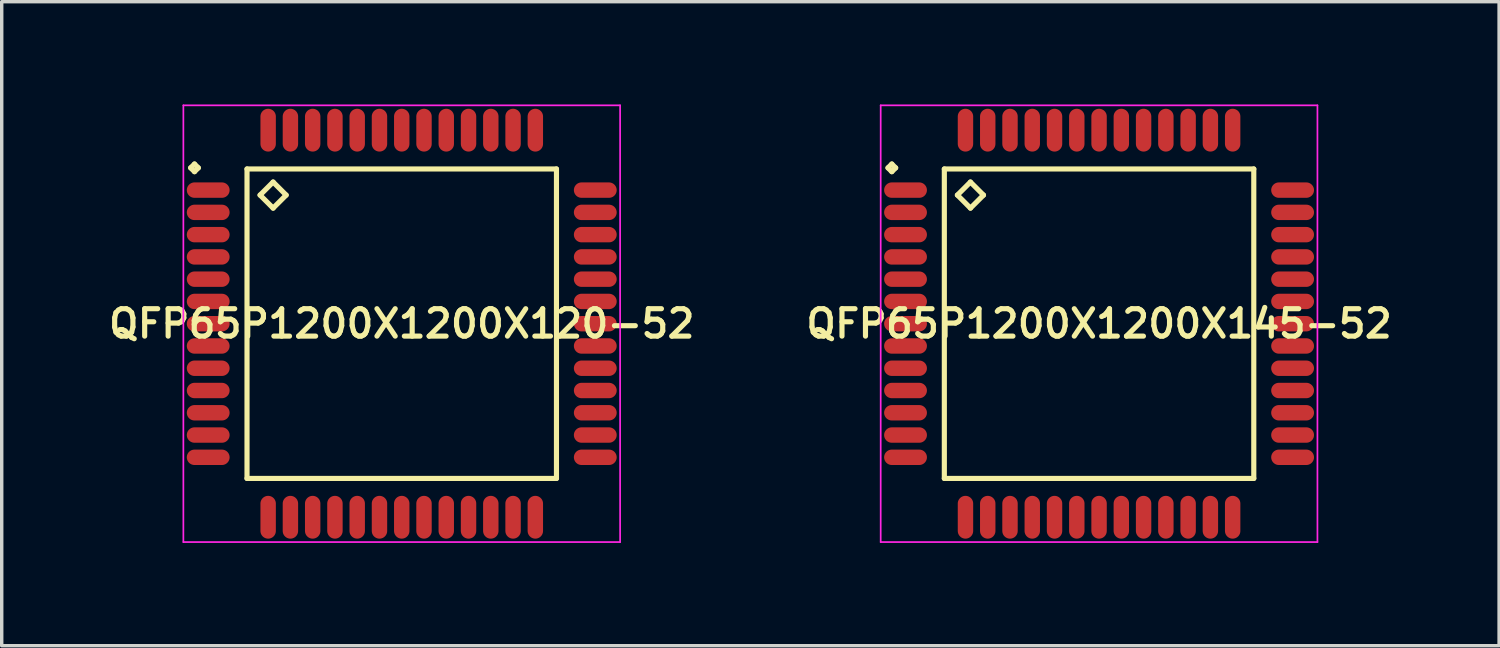
<source format=kicad_pcb>
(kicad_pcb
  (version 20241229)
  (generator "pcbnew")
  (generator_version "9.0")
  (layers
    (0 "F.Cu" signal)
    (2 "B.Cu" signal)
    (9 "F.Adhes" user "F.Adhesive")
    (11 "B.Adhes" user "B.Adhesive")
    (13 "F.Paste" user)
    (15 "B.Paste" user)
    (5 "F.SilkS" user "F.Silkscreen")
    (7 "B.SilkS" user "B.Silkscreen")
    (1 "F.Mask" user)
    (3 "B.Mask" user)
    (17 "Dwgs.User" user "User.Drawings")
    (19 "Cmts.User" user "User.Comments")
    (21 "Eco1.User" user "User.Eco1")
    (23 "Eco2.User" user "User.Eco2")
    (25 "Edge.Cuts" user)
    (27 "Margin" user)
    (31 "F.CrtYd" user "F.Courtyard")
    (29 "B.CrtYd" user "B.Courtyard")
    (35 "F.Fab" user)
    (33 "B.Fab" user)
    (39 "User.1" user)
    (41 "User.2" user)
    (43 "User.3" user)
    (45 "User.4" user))
  (footprint "QFP65P1200X1200X120-52"
    (layer "F.Cu")
    (at 8.678 6.4)
    (property "Reference" "QFP65P1200X1200X120-52" (at 0 0 0) (layer "F.SilkS") (effects (font (size 0.8 0.8) (thickness 0.15))))
    (attr smd)
    (fp_line (start -6.162 -4.55) (end -6.05 -4.662) (stroke (width 0.15) (type solid)) (layer "F.SilkS"))
    (fp_line (start -6.05 -4.662) (end -5.938 -4.55) (stroke (width 0.15) (type solid)) (layer "F.SilkS"))
    (fp_line (start -6.05 -4.438) (end -6.162 -4.55) (stroke (width 0.15) (type solid)) (layer "F.SilkS"))
    (fp_line (start -5.938 -4.55) (end -6.05 -4.438) (stroke (width 0.15) (type solid)) (layer "F.SilkS"))
    (fp_line (start -4.517 -4.517) (end -4.517 4.517) (stroke (width 0.15) (type solid)) (layer "F.SilkS"))
    (fp_line (start -4.517 4.517) (end 4.517 4.517) (stroke (width 0.15) (type solid)) (layer "F.SilkS"))
    (fp_line (start -4.136 -3.755) (end -3.755 -4.136) (stroke (width 0.15) (type solid)) (layer "F.SilkS"))
    (fp_line (start -3.755 -4.136) (end -3.374 -3.755) (stroke (width 0.15) (type solid)) (layer "F.SilkS"))
    (fp_line (start -3.755 -3.374) (end -4.136 -3.755) (stroke (width 0.15) (type solid)) (layer "F.SilkS"))
    (fp_line (start -3.374 -3.755) (end -3.755 -3.374) (stroke (width 0.15) (type solid)) (layer "F.SilkS"))
    (fp_line (start 4.517 -4.517) (end -4.517 -4.517) (stroke (width 0.15) (type solid)) (layer "F.SilkS"))
    (fp_line (start 4.517 4.517) (end 4.517 -4.517) (stroke (width 0.15) (type solid)) (layer "F.SilkS"))
    (fp_line (start -6.375 -6.375) (end 6.375 -6.375) (stroke (width 0.05) (type solid)) (layer "F.CrtYd"))
    (fp_line (start -6.375 6.375) (end -6.375 -6.375) (stroke (width 0.05) (type solid)) (layer "F.CrtYd"))
    (fp_line (start 6.375 -6.375) (end 6.375 6.375) (stroke (width 0.05) (type solid)) (layer "F.CrtYd"))
    (fp_line (start 6.375 6.375) (end -6.375 6.375) (stroke (width 0.05) (type solid)) (layer "F.CrtYd"))
    (pad "1" smd oval (at -5.65 -3.9) (size 1.25 0.45) (layers "F.Cu" "F.Mask" "F.Paste"))
    (pad "2" smd oval (at -5.65 -3.25) (size 1.25 0.45) (layers "F.Cu" "F.Mask" "F.Paste"))
    (pad "3" smd oval (at -5.65 -2.6) (size 1.25 0.45) (layers "F.Cu" "F.Mask" "F.Paste"))
    (pad "4" smd oval (at -5.65 -1.95) (size 1.25 0.45) (layers "F.Cu" "F.Mask" "F.Paste"))
    (pad "5" smd oval (at -5.65 -1.3) (size 1.25 0.45) (layers "F.Cu" "F.Mask" "F.Paste"))
    (pad "6" smd oval (at -5.65 -0.65) (size 1.25 0.45) (layers "F.Cu" "F.Mask" "F.Paste"))
    (pad "7" smd oval (at -5.65 0) (size 1.25 0.45) (layers "F.Cu" "F.Mask" "F.Paste"))
    (pad "8" smd oval (at -5.65 0.65) (size 1.25 0.45) (layers "F.Cu" "F.Mask" "F.Paste"))
    (pad "9" smd oval (at -5.65 1.3) (size 1.25 0.45) (layers "F.Cu" "F.Mask" "F.Paste"))
    (pad "10" smd oval (at -5.65 1.95) (size 1.25 0.45) (layers "F.Cu" "F.Mask" "F.Paste"))
    (pad "11" smd oval (at -5.65 2.6) (size 1.25 0.45) (layers "F.Cu" "F.Mask" "F.Paste"))
    (pad "12" smd oval (at -5.65 3.25) (size 1.25 0.45) (layers "F.Cu" "F.Mask" "F.Paste"))
    (pad "13" smd oval (at -5.65 3.9) (size 1.25 0.45) (layers "F.Cu" "F.Mask" "F.Paste"))
    (pad "14" smd oval (at -3.9 5.65) (size 0.45 1.25) (layers "F.Cu" "F.Mask" "F.Paste"))
    (pad "15" smd oval (at -3.25 5.65) (size 0.45 1.25) (layers "F.Cu" "F.Mask" "F.Paste"))
    (pad "16" smd oval (at -2.6 5.65) (size 0.45 1.25) (layers "F.Cu" "F.Mask" "F.Paste"))
    (pad "17" smd oval (at -1.95 5.65) (size 0.45 1.25) (layers "F.Cu" "F.Mask" "F.Paste"))
    (pad "18" smd oval (at -1.3 5.65) (size 0.45 1.25) (layers "F.Cu" "F.Mask" "F.Paste"))
    (pad "19" smd oval (at -0.65 5.65) (size 0.45 1.25) (layers "F.Cu" "F.Mask" "F.Paste"))
    (pad "20" smd oval (at 0 5.65) (size 0.45 1.25) (layers "F.Cu" "F.Mask" "F.Paste"))
    (pad "21" smd oval (at 0.65 5.65) (size 0.45 1.25) (layers "F.Cu" "F.Mask" "F.Paste"))
    (pad "22" smd oval (at 1.3 5.65) (size 0.45 1.25) (layers "F.Cu" "F.Mask" "F.Paste"))
    (pad "23" smd oval (at 1.95 5.65) (size 0.45 1.25) (layers "F.Cu" "F.Mask" "F.Paste"))
    (pad "24" smd oval (at 2.6 5.65) (size 0.45 1.25) (layers "F.Cu" "F.Mask" "F.Paste"))
    (pad "25" smd oval (at 3.25 5.65) (size 0.45 1.25) (layers "F.Cu" "F.Mask" "F.Paste"))
    (pad "26" smd oval (at 3.9 5.65) (size 0.45 1.25) (layers "F.Cu" "F.Mask" "F.Paste"))
    (pad "27" smd oval (at 5.65 3.9) (size 1.25 0.45) (layers "F.Cu" "F.Mask" "F.Paste"))
    (pad "28" smd oval (at 5.65 3.25) (size 1.25 0.45) (layers "F.Cu" "F.Mask" "F.Paste"))
    (pad "29" smd oval (at 5.65 2.6) (size 1.25 0.45) (layers "F.Cu" "F.Mask" "F.Paste"))
    (pad "30" smd oval (at 5.65 1.95) (size 1.25 0.45) (layers "F.Cu" "F.Mask" "F.Paste"))
    (pad "31" smd oval (at 5.65 1.3) (size 1.25 0.45) (layers "F.Cu" "F.Mask" "F.Paste"))
    (pad "32" smd oval (at 5.65 0.65) (size 1.25 0.45) (layers "F.Cu" "F.Mask" "F.Paste"))
    (pad "33" smd oval (at 5.65 0) (size 1.25 0.45) (layers "F.Cu" "F.Mask" "F.Paste"))
    (pad "34" smd oval (at 5.65 -0.65) (size 1.25 0.45) (layers "F.Cu" "F.Mask" "F.Paste"))
    (pad "35" smd oval (at 5.65 -1.3) (size 1.25 0.45) (layers "F.Cu" "F.Mask" "F.Paste"))
    (pad "36" smd oval (at 5.65 -1.95) (size 1.25 0.45) (layers "F.Cu" "F.Mask" "F.Paste"))
    (pad "37" smd oval (at 5.65 -2.6) (size 1.25 0.45) (layers "F.Cu" "F.Mask" "F.Paste"))
    (pad "38" smd oval (at 5.65 -3.25) (size 1.25 0.45) (layers "F.Cu" "F.Mask" "F.Paste"))
    (pad "39" smd oval (at 5.65 -3.9) (size 1.25 0.45) (layers "F.Cu" "F.Mask" "F.Paste"))
    (pad "40" smd oval (at 3.9 -5.65) (size 0.45 1.25) (layers "F.Cu" "F.Mask" "F.Paste"))
    (pad "41" smd oval (at 3.25 -5.65) (size 0.45 1.25) (layers "F.Cu" "F.Mask" "F.Paste"))
    (pad "42" smd oval (at 2.6 -5.65) (size 0.45 1.25) (layers "F.Cu" "F.Mask" "F.Paste"))
    (pad "43" smd oval (at 1.95 -5.65) (size 0.45 1.25) (layers "F.Cu" "F.Mask" "F.Paste"))
    (pad "44" smd oval (at 1.3 -5.65) (size 0.45 1.25) (layers "F.Cu" "F.Mask" "F.Paste"))
    (pad "45" smd oval (at 0.65 -5.65) (size 0.45 1.25) (layers "F.Cu" "F.Mask" "F.Paste"))
    (pad "46" smd oval (at 0 -5.65) (size 0.45 1.25) (layers "F.Cu" "F.Mask" "F.Paste"))
    (pad "47" smd oval (at -0.65 -5.65) (size 0.45 1.25) (layers "F.Cu" "F.Mask" "F.Paste"))
    (pad "48" smd oval (at -1.3 -5.65) (size 0.45 1.25) (layers "F.Cu" "F.Mask" "F.Paste"))
    (pad "49" smd oval (at -1.95 -5.65) (size 0.45 1.25) (layers "F.Cu" "F.Mask" "F.Paste"))
    (pad "50" smd oval (at -2.6 -5.65) (size 0.45 1.25) (layers "F.Cu" "F.Mask" "F.Paste"))
    (pad "51" smd oval (at -3.25 -5.65) (size 0.45 1.25) (layers "F.Cu" "F.Mask" "F.Paste"))
    (pad "52" smd oval (at -3.9 -5.65) (size 0.45 1.25) (layers "F.Cu" "F.Mask" "F.Paste")))
  (footprint "QFP65P1200X1200X145-52"
    (layer "F.Cu")
    (at 29.035 6.4)
    (property "Reference" "QFP65P1200X1200X145-52" (at 0 0 0) (layer "F.SilkS") (effects (font (size 0.8 0.8) (thickness 0.15))))
    (attr smd)
    (fp_line (start -6.162 -4.55) (end -6.05 -4.662) (stroke (width 0.15) (type solid)) (layer "F.SilkS"))
    (fp_line (start -6.05 -4.662) (end -5.938 -4.55) (stroke (width 0.15) (type solid)) (layer "F.SilkS"))
    (fp_line (start -6.05 -4.438) (end -6.162 -4.55) (stroke (width 0.15) (type solid)) (layer "F.SilkS"))
    (fp_line (start -5.938 -4.55) (end -6.05 -4.438) (stroke (width 0.15) (type solid)) (layer "F.SilkS"))
    (fp_line (start -4.517 -4.517) (end -4.517 4.517) (stroke (width 0.15) (type solid)) (layer "F.SilkS"))
    (fp_line (start -4.517 4.517) (end 4.517 4.517) (stroke (width 0.15) (type solid)) (layer "F.SilkS"))
    (fp_line (start -4.136 -3.755) (end -3.755 -4.136) (stroke (width 0.15) (type solid)) (layer "F.SilkS"))
    (fp_line (start -3.755 -4.136) (end -3.374 -3.755) (stroke (width 0.15) (type solid)) (layer "F.SilkS"))
    (fp_line (start -3.755 -3.374) (end -4.136 -3.755) (stroke (width 0.15) (type solid)) (layer "F.SilkS"))
    (fp_line (start -3.374 -3.755) (end -3.755 -3.374) (stroke (width 0.15) (type solid)) (layer "F.SilkS"))
    (fp_line (start 4.517 -4.517) (end -4.517 -4.517) (stroke (width 0.15) (type solid)) (layer "F.SilkS"))
    (fp_line (start 4.517 4.517) (end 4.517 -4.517) (stroke (width 0.15) (type solid)) (layer "F.SilkS"))
    (fp_line (start -6.375 -6.375) (end 6.375 -6.375) (stroke (width 0.05) (type solid)) (layer "F.CrtYd"))
    (fp_line (start -6.375 6.375) (end -6.375 -6.375) (stroke (width 0.05) (type solid)) (layer "F.CrtYd"))
    (fp_line (start 6.375 -6.375) (end 6.375 6.375) (stroke (width 0.05) (type solid)) (layer "F.CrtYd"))
    (fp_line (start 6.375 6.375) (end -6.375 6.375) (stroke (width 0.05) (type solid)) (layer "F.CrtYd"))
    (pad "1" smd oval (at -5.65 -3.9) (size 1.25 0.45) (layers "F.Cu" "F.Mask" "F.Paste"))
    (pad "2" smd oval (at -5.65 -3.25) (size 1.25 0.45) (layers "F.Cu" "F.Mask" "F.Paste"))
    (pad "3" smd oval (at -5.65 -2.6) (size 1.25 0.45) (layers "F.Cu" "F.Mask" "F.Paste"))
    (pad "4" smd oval (at -5.65 -1.95) (size 1.25 0.45) (layers "F.Cu" "F.Mask" "F.Paste"))
    (pad "5" smd oval (at -5.65 -1.3) (size 1.25 0.45) (layers "F.Cu" "F.Mask" "F.Paste"))
    (pad "6" smd oval (at -5.65 -0.65) (size 1.25 0.45) (layers "F.Cu" "F.Mask" "F.Paste"))
    (pad "7" smd oval (at -5.65 0) (size 1.25 0.45) (layers "F.Cu" "F.Mask" "F.Paste"))
    (pad "8" smd oval (at -5.65 0.65) (size 1.25 0.45) (layers "F.Cu" "F.Mask" "F.Paste"))
    (pad "9" smd oval (at -5.65 1.3) (size 1.25 0.45) (layers "F.Cu" "F.Mask" "F.Paste"))
    (pad "10" smd oval (at -5.65 1.95) (size 1.25 0.45) (layers "F.Cu" "F.Mask" "F.Paste"))
    (pad "11" smd oval (at -5.65 2.6) (size 1.25 0.45) (layers "F.Cu" "F.Mask" "F.Paste"))
    (pad "12" smd oval (at -5.65 3.25) (size 1.25 0.45) (layers "F.Cu" "F.Mask" "F.Paste"))
    (pad "13" smd oval (at -5.65 3.9) (size 1.25 0.45) (layers "F.Cu" "F.Mask" "F.Paste"))
    (pad "14" smd oval (at -3.9 5.65) (size 0.45 1.25) (layers "F.Cu" "F.Mask" "F.Paste"))
    (pad "15" smd oval (at -3.25 5.65) (size 0.45 1.25) (layers "F.Cu" "F.Mask" "F.Paste"))
    (pad "16" smd oval (at -2.6 5.65) (size 0.45 1.25) (layers "F.Cu" "F.Mask" "F.Paste"))
    (pad "17" smd oval (at -1.95 5.65) (size 0.45 1.25) (layers "F.Cu" "F.Mask" "F.Paste"))
    (pad "18" smd oval (at -1.3 5.65) (size 0.45 1.25) (layers "F.Cu" "F.Mask" "F.Paste"))
    (pad "19" smd oval (at -0.65 5.65) (size 0.45 1.25) (layers "F.Cu" "F.Mask" "F.Paste"))
    (pad "20" smd oval (at 0 5.65) (size 0.45 1.25) (layers "F.Cu" "F.Mask" "F.Paste"))
    (pad "21" smd oval (at 0.65 5.65) (size 0.45 1.25) (layers "F.Cu" "F.Mask" "F.Paste"))
    (pad "22" smd oval (at 1.3 5.65) (size 0.45 1.25) (layers "F.Cu" "F.Mask" "F.Paste"))
    (pad "23" smd oval (at 1.95 5.65) (size 0.45 1.25) (layers "F.Cu" "F.Mask" "F.Paste"))
    (pad "24" smd oval (at 2.6 5.65) (size 0.45 1.25) (layers "F.Cu" "F.Mask" "F.Paste"))
    (pad "25" smd oval (at 3.25 5.65) (size 0.45 1.25) (layers "F.Cu" "F.Mask" "F.Paste"))
    (pad "26" smd oval (at 3.9 5.65) (size 0.45 1.25) (layers "F.Cu" "F.Mask" "F.Paste"))
    (pad "27" smd oval (at 5.65 3.9) (size 1.25 0.45) (layers "F.Cu" "F.Mask" "F.Paste"))
    (pad "28" smd oval (at 5.65 3.25) (size 1.25 0.45) (layers "F.Cu" "F.Mask" "F.Paste"))
    (pad "29" smd oval (at 5.65 2.6) (size 1.25 0.45) (layers "F.Cu" "F.Mask" "F.Paste"))
    (pad "30" smd oval (at 5.65 1.95) (size 1.25 0.45) (layers "F.Cu" "F.Mask" "F.Paste"))
    (pad "31" smd oval (at 5.65 1.3) (size 1.25 0.45) (layers "F.Cu" "F.Mask" "F.Paste"))
    (pad "32" smd oval (at 5.65 0.65) (size 1.25 0.45) (layers "F.Cu" "F.Mask" "F.Paste"))
    (pad "33" smd oval (at 5.65 0) (size 1.25 0.45) (layers "F.Cu" "F.Mask" "F.Paste"))
    (pad "34" smd oval (at 5.65 -0.65) (size 1.25 0.45) (layers "F.Cu" "F.Mask" "F.Paste"))
    (pad "35" smd oval (at 5.65 -1.3) (size 1.25 0.45) (layers "F.Cu" "F.Mask" "F.Paste"))
    (pad "36" smd oval (at 5.65 -1.95) (size 1.25 0.45) (layers "F.Cu" "F.Mask" "F.Paste"))
    (pad "37" smd oval (at 5.65 -2.6) (size 1.25 0.45) (layers "F.Cu" "F.Mask" "F.Paste"))
    (pad "38" smd oval (at 5.65 -3.25) (size 1.25 0.45) (layers "F.Cu" "F.Mask" "F.Paste"))
    (pad "39" smd oval (at 5.65 -3.9) (size 1.25 0.45) (layers "F.Cu" "F.Mask" "F.Paste"))
    (pad "40" smd oval (at 3.9 -5.65) (size 0.45 1.25) (layers "F.Cu" "F.Mask" "F.Paste"))
    (pad "41" smd oval (at 3.25 -5.65) (size 0.45 1.25) (layers "F.Cu" "F.Mask" "F.Paste"))
    (pad "42" smd oval (at 2.6 -5.65) (size 0.45 1.25) (layers "F.Cu" "F.Mask" "F.Paste"))
    (pad "43" smd oval (at 1.95 -5.65) (size 0.45 1.25) (layers "F.Cu" "F.Mask" "F.Paste"))
    (pad "44" smd oval (at 1.3 -5.65) (size 0.45 1.25) (layers "F.Cu" "F.Mask" "F.Paste"))
    (pad "45" smd oval (at 0.65 -5.65) (size 0.45 1.25) (layers "F.Cu" "F.Mask" "F.Paste"))
    (pad "46" smd oval (at 0 -5.65) (size 0.45 1.25) (layers "F.Cu" "F.Mask" "F.Paste"))
    (pad "47" smd oval (at -0.65 -5.65) (size 0.45 1.25) (layers "F.Cu" "F.Mask" "F.Paste"))
    (pad "48" smd oval (at -1.3 -5.65) (size 0.45 1.25) (layers "F.Cu" "F.Mask" "F.Paste"))
    (pad "49" smd oval (at -1.95 -5.65) (size 0.45 1.25) (layers "F.Cu" "F.Mask" "F.Paste"))
    (pad "50" smd oval (at -2.6 -5.65) (size 0.45 1.25) (layers "F.Cu" "F.Mask" "F.Paste"))
    (pad "51" smd oval (at -3.25 -5.65) (size 0.45 1.25) (layers "F.Cu" "F.Mask" "F.Paste"))
    (pad "52" smd oval (at -3.9 -5.65) (size 0.45 1.25) (layers "F.Cu" "F.Mask" "F.Paste")))
  (gr_rect
    (start -3 -3)
    (end 40.713 15.8)
    (stroke (width 0.1) (type default))
    (fill no)
    (layer "Edge.Cuts")))
</source>
